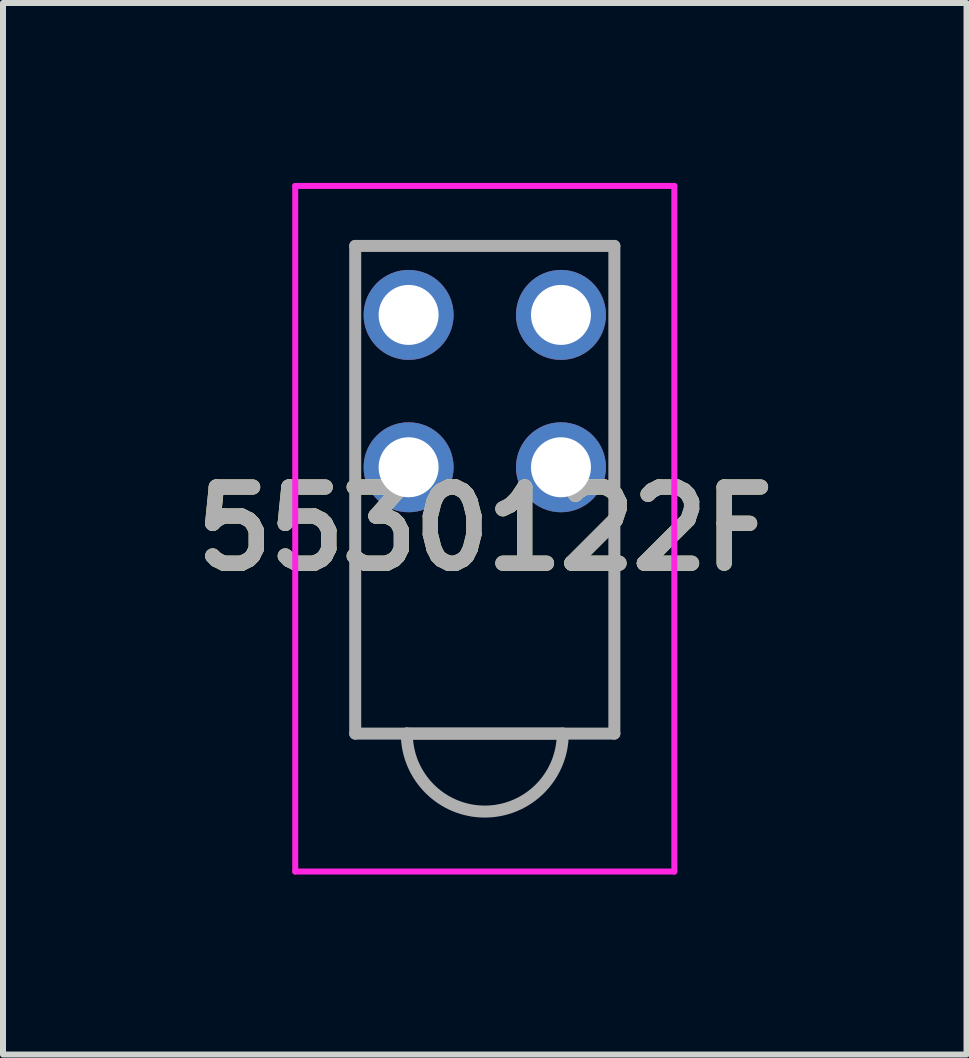
<source format=kicad_pcb>
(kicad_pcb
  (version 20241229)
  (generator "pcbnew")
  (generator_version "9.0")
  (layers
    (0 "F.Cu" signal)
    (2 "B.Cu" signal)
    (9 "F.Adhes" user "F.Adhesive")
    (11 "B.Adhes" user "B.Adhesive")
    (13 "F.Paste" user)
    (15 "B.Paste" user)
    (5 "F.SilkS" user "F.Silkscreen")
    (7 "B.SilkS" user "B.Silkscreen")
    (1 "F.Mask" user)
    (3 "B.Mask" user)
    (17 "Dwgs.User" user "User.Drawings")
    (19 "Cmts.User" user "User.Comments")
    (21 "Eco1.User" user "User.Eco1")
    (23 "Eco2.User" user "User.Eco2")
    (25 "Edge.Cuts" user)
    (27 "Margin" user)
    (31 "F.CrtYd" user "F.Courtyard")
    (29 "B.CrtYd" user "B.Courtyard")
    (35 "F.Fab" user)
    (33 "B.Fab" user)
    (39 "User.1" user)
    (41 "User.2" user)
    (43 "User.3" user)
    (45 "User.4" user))
  (footprint "5530122F"
    (layer "F.Cu")
    (at 3.762 4.74)
    (property "Reference" "5530122F" (at 1.27 1.025 0) (layer "F.SilkS") (effects (font (size 1.27 1.27) (thickness 0.254))))
    (attr through_hole)
    (fp_line (start -0.89 -3.69) (end 3.43 -3.69) (stroke (width 0.1) (type solid)) (layer "F.SilkS"))
    (fp_line (start -0.89 1.375) (end -0.89 4.375) (stroke (width 0.1) (type solid)) (layer "F.SilkS"))
    (fp_line (start -0.89 4.375) (end -0.89 4.44) (stroke (width 0.1) (type solid)) (layer "F.SilkS"))
    (fp_line (start -0.89 4.44) (end 3.43 4.44) (stroke (width 0.1) (type solid)) (layer "F.SilkS"))
    (fp_line (start 3.43 4.44) (end 3.43 1.375) (stroke (width 0.1) (type solid)) (layer "F.SilkS"))
    (fp_line (start -1.89 -4.69) (end 4.43 -4.69) (stroke (width 0.1) (type solid)) (layer "F.CrtYd"))
    (fp_line (start -1.89 6.74) (end -1.89 -4.69) (stroke (width 0.1) (type solid)) (layer "F.CrtYd"))
    (fp_line (start 4.43 -4.69) (end 4.43 6.74) (stroke (width 0.1) (type solid)) (layer "F.CrtYd"))
    (fp_line (start 4.43 6.74) (end -1.89 6.74) (stroke (width 0.1) (type solid)) (layer "F.CrtYd"))
    (fp_line (start -0.89 -3.69) (end 3.43 -3.69) (stroke (width 0.2) (type solid)) (layer "F.Fab"))
    (fp_line (start -0.89 4.44) (end -0.89 -3.69) (stroke (width 0.2) (type solid)) (layer "F.Fab"))
    (fp_line (start -0.03 4.44) (end -0.03 4.44) (stroke (width 0.2) (type solid)) (layer "F.Fab"))
    (fp_line (start 2.57 4.44) (end -0.03 4.44) (stroke (width 0.2) (type solid)) (layer "F.Fab"))
    (fp_line (start 3.43 -3.69) (end 3.43 4.44) (stroke (width 0.2) (type solid)) (layer "F.Fab"))
    (fp_line (start 3.43 4.44) (end -0.89 4.44) (stroke (width 0.2) (type solid)) (layer "F.Fab"))
    (fp_arc (start 2.57 4.44) (mid 1.27 5.74) (end -0.03 4.44) (stroke (width 0.2) (type solid)) (layer "F.Fab"))
    (fp_text user "${REFERENCE}" (at 1.27 1.025 0) (layer "F.Fab") (effects (font (size 1.27 1.27) (thickness 0.254))))
    (pad "1" thru_hole circle (at 0 0) (size 1.5 1.5) (drill 1) (layers "*.Cu" "*.Mask"))
    (pad "2" thru_hole circle (at 2.54 0) (size 1.5 1.5) (drill 1) (layers "*.Cu" "*.Mask"))
    (pad "3" thru_hole circle (at 0 -2.54) (size 1.5 1.5) (drill 1) (layers "*.Cu" "*.Mask"))
    (pad "4" thru_hole circle (at 2.54 -2.54) (size 1.5 1.5) (drill 1) (layers "*.Cu" "*.Mask")))
  (gr_rect
    (start -3 -3)
    (end 13.063 14.53)
    (stroke (width 0.1) (type default))
    (fill no)
    (layer "Edge.Cuts")))
</source>
